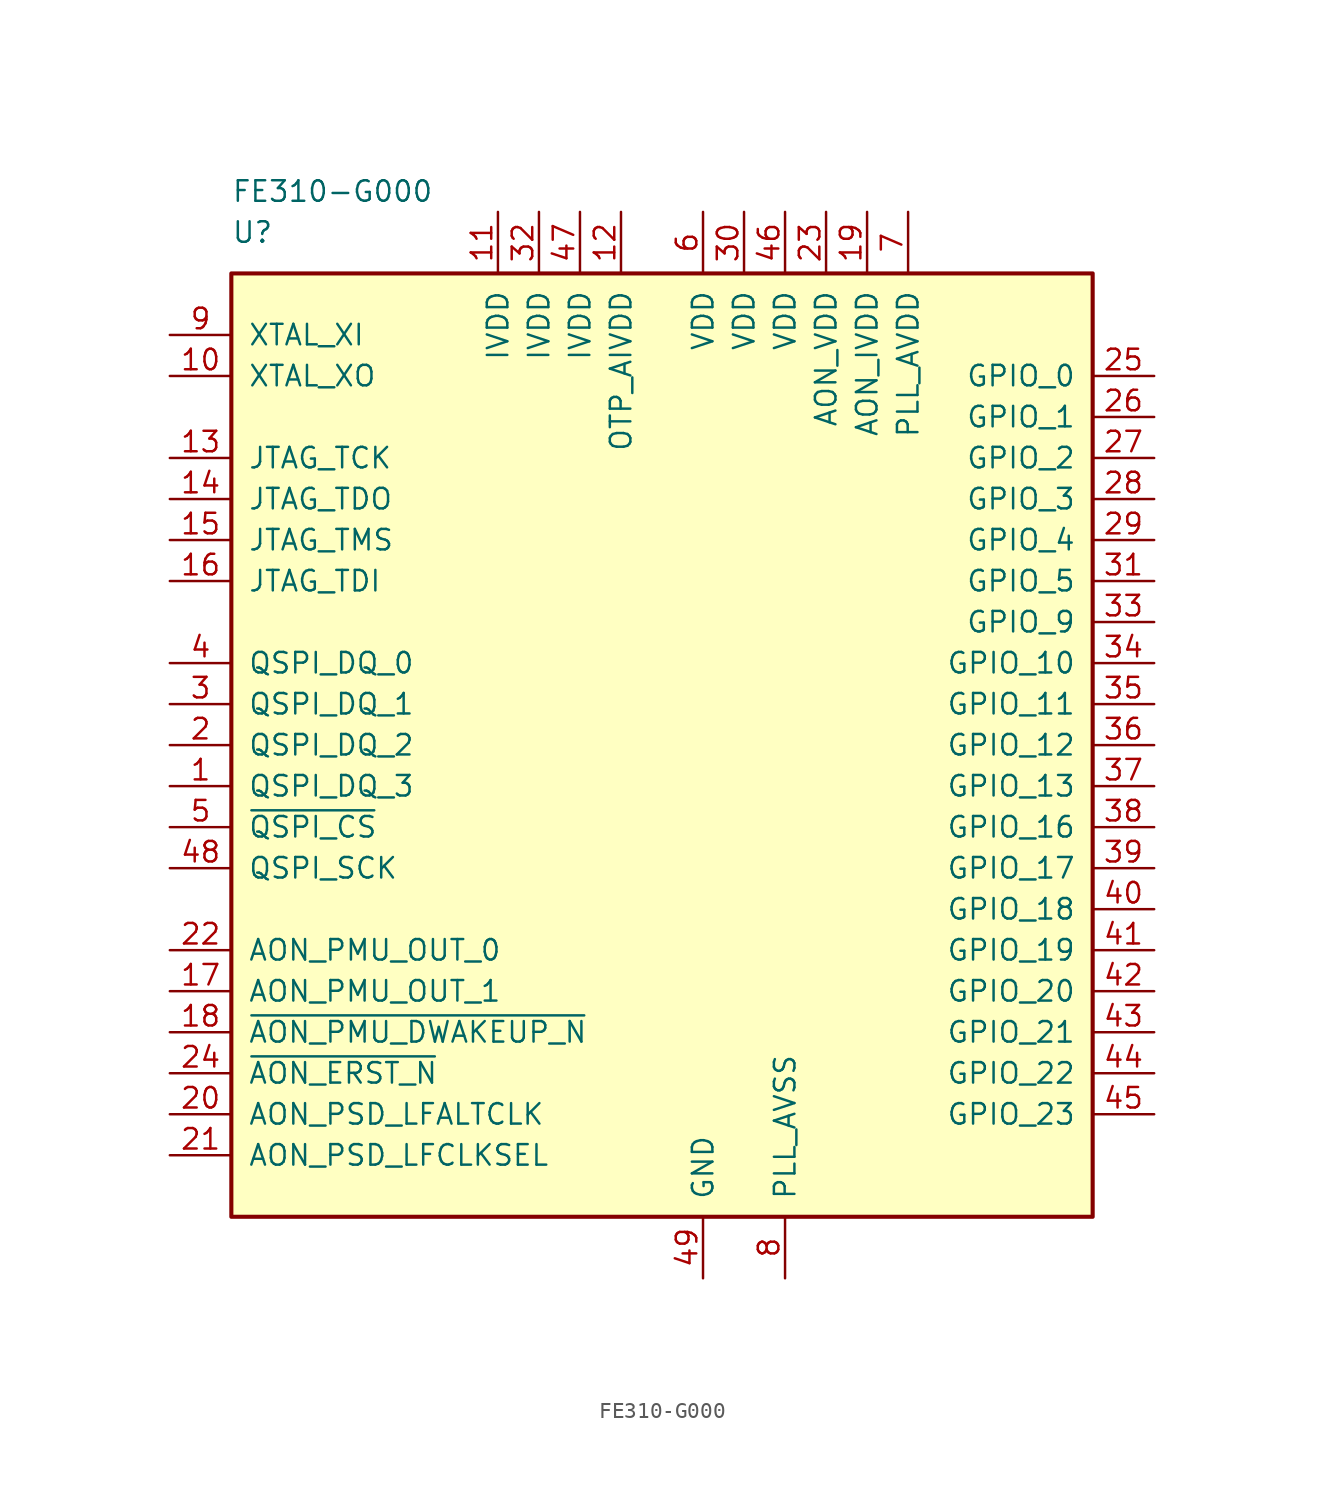
<source format=kicad_sym>
(kicad_symbol_lib
  (version 20201005)
  (generator kicad_symbol_editor)
  (symbol "FE310-G000"
    (pin_names
      (offset 1.016))
    (property "Reference" "U"
      (at -26.67 31.75 0)
      (effects (font (size 1.27 1.27)) (justify left)))
    (property "Value" "FE310-G000"
      (at -26.67 34.29 0)
      (effects (font (size 1.27 1.27)) (justify left)))
    (symbol "FE310-G000_0_1"
      (rectangle (start -26.67 29.21) (end 26.67 -29.21) (stroke (width 0.254)) (fill (type background))))
    (symbol "FE310-G000_1_1"
      (pin bidirectional line (at -30.48 -2.54 0) (length 3.81) (name "QSPI_DQ_3" (effects (font (size 1.27 1.27)))) (number "1" (effects (font (size 1.27 1.27)))))
      (pin output line (at -30.48 22.86 0) (length 3.81) (name "XTAL_XO" (effects (font (size 1.27 1.27)))) (number "10" (effects (font (size 1.27 1.27)))))
      (pin power_in line (at -10.16 33.02 270) (length 3.81) (name "IVDD" (effects (font (size 1.27 1.27)))) (number "11" (effects (font (size 1.27 1.27)))))
      (pin power_in line (at -2.54 33.02 270) (length 3.81) (name "OTP_AIVDD" (effects (font (size 1.27 1.27)))) (number "12" (effects (font (size 1.27 1.27)))))
      (pin input line (at -30.48 17.78 0) (length 3.81) (name "JTAG_TCK" (effects (font (size 1.27 1.27)))) (number "13" (effects (font (size 1.27 1.27)))))
      (pin output line (at -30.48 15.24 0) (length 3.81) (name "JTAG_TDO" (effects (font (size 1.27 1.27)))) (number "14" (effects (font (size 1.27 1.27)))))
      (pin input line (at -30.48 12.7 0) (length 3.81) (name "JTAG_TMS" (effects (font (size 1.27 1.27)))) (number "15" (effects (font (size 1.27 1.27)))))
      (pin input line (at -30.48 10.16 0) (length 3.81) (name "JTAG_TDI" (effects (font (size 1.27 1.27)))) (number "16" (effects (font (size 1.27 1.27)))))
      (pin output line (at -30.48 -15.24 0) (length 3.81) (name "AON_PMU_OUT_1" (effects (font (size 1.27 1.27)))) (number "17" (effects (font (size 1.27 1.27)))))
      (pin input line (at -30.48 -17.78 0) (length 3.81) (name "~AON_PMU_DWAKEUP_N" (effects (font (size 1.27 1.27)))) (number "18" (effects (font (size 1.27 1.27)))))
      (pin power_in line (at 12.7 33.02 270) (length 3.81) (name "AON_IVDD" (effects (font (size 1.27 1.27)))) (number "19" (effects (font (size 1.27 1.27)))))
      (pin bidirectional line (at -30.48 0 0) (length 3.81) (name "QSPI_DQ_2" (effects (font (size 1.27 1.27)))) (number "2" (effects (font (size 1.27 1.27)))))
      (pin input line (at -30.48 -22.86 0) (length 3.81) (name "AON_PSD_LFALTCLK" (effects (font (size 1.27 1.27)))) (number "20" (effects (font (size 1.27 1.27)))))
      (pin input line (at -30.48 -25.4 0) (length 3.81) (name "AON_PSD_LFCLKSEL" (effects (font (size 1.27 1.27)))) (number "21" (effects (font (size 1.27 1.27)))))
      (pin output line (at -30.48 -12.7 0) (length 3.81) (name "AON_PMU_OUT_0" (effects (font (size 1.27 1.27)))) (number "22" (effects (font (size 1.27 1.27)))))
      (pin power_in line (at 10.16 33.02 270) (length 3.81) (name "AON_VDD" (effects (font (size 1.27 1.27)))) (number "23" (effects (font (size 1.27 1.27)))))
      (pin input line (at -30.48 -20.32 0) (length 3.81) (name "~AON_ERST_N" (effects (font (size 1.27 1.27)))) (number "24" (effects (font (size 1.27 1.27)))))
      (pin bidirectional line (at 30.48 22.86 180) (length 3.81) (name "GPIO_0" (effects (font (size 1.27 1.27)))) (number "25" (effects (font (size 1.27 1.27)))))
      (pin bidirectional line (at 30.48 20.32 180) (length 3.81) (name "GPIO_1" (effects (font (size 1.27 1.27)))) (number "26" (effects (font (size 1.27 1.27)))))
      (pin bidirectional line (at 30.48 17.78 180) (length 3.81) (name "GPIO_2" (effects (font (size 1.27 1.27)))) (number "27" (effects (font (size 1.27 1.27)))))
      (pin bidirectional line (at 30.48 15.24 180) (length 3.81) (name "GPIO_3" (effects (font (size 1.27 1.27)))) (number "28" (effects (font (size 1.27 1.27)))))
      (pin bidirectional line (at 30.48 12.7 180) (length 3.81) (name "GPIO_4" (effects (font (size 1.27 1.27)))) (number "29" (effects (font (size 1.27 1.27)))))
      (pin bidirectional line (at -30.48 2.54 0) (length 3.81) (name "QSPI_DQ_1" (effects (font (size 1.27 1.27)))) (number "3" (effects (font (size 1.27 1.27)))))
      (pin power_in line (at 5.08 33.02 270) (length 3.81) (name "VDD" (effects (font (size 1.27 1.27)))) (number "30" (effects (font (size 1.27 1.27)))))
      (pin bidirectional line (at 30.48 10.16 180) (length 3.81) (name "GPIO_5" (effects (font (size 1.27 1.27)))) (number "31" (effects (font (size 1.27 1.27)))))
      (pin power_in line (at -7.62 33.02 270) (length 3.81) (name "IVDD" (effects (font (size 1.27 1.27)))) (number "32" (effects (font (size 1.27 1.27)))))
      (pin bidirectional line (at 30.48 7.62 180) (length 3.81) (name "GPIO_9" (effects (font (size 1.27 1.27)))) (number "33" (effects (font (size 1.27 1.27)))))
      (pin bidirectional line (at 30.48 5.08 180) (length 3.81) (name "GPIO_10" (effects (font (size 1.27 1.27)))) (number "34" (effects (font (size 1.27 1.27)))))
      (pin bidirectional line (at 30.48 2.54 180) (length 3.81) (name "GPIO_11" (effects (font (size 1.27 1.27)))) (number "35" (effects (font (size 1.27 1.27)))))
      (pin bidirectional line (at 30.48 0 180) (length 3.81) (name "GPIO_12" (effects (font (size 1.27 1.27)))) (number "36" (effects (font (size 1.27 1.27)))))
      (pin bidirectional line (at 30.48 -2.54 180) (length 3.81) (name "GPIO_13" (effects (font (size 1.27 1.27)))) (number "37" (effects (font (size 1.27 1.27)))))
      (pin bidirectional line (at 30.48 -5.08 180) (length 3.81) (name "GPIO_16" (effects (font (size 1.27 1.27)))) (number "38" (effects (font (size 1.27 1.27)))))
      (pin bidirectional line (at 30.48 -7.62 180) (length 3.81) (name "GPIO_17" (effects (font (size 1.27 1.27)))) (number "39" (effects (font (size 1.27 1.27)))))
      (pin bidirectional line (at -30.48 5.08 0) (length 3.81) (name "QSPI_DQ_0" (effects (font (size 1.27 1.27)))) (number "4" (effects (font (size 1.27 1.27)))))
      (pin bidirectional line (at 30.48 -10.16 180) (length 3.81) (name "GPIO_18" (effects (font (size 1.27 1.27)))) (number "40" (effects (font (size 1.27 1.27)))))
      (pin bidirectional line (at 30.48 -12.7 180) (length 3.81) (name "GPIO_19" (effects (font (size 1.27 1.27)))) (number "41" (effects (font (size 1.27 1.27)))))
      (pin bidirectional line (at 30.48 -15.24 180) (length 3.81) (name "GPIO_20" (effects (font (size 1.27 1.27)))) (number "42" (effects (font (size 1.27 1.27)))))
      (pin bidirectional line (at 30.48 -17.78 180) (length 3.81) (name "GPIO_21" (effects (font (size 1.27 1.27)))) (number "43" (effects (font (size 1.27 1.27)))))
      (pin bidirectional line (at 30.48 -20.32 180) (length 3.81) (name "GPIO_22" (effects (font (size 1.27 1.27)))) (number "44" (effects (font (size 1.27 1.27)))))
      (pin bidirectional line (at 30.48 -22.86 180) (length 3.81) (name "GPIO_23" (effects (font (size 1.27 1.27)))) (number "45" (effects (font (size 1.27 1.27)))))
      (pin power_in line (at 7.62 33.02 270) (length 3.81) (name "VDD" (effects (font (size 1.27 1.27)))) (number "46" (effects (font (size 1.27 1.27)))))
      (pin power_in line (at -5.08 33.02 270) (length 3.81) (name "IVDD" (effects (font (size 1.27 1.27)))) (number "47" (effects (font (size 1.27 1.27)))))
      (pin output line (at -30.48 -7.62 0) (length 3.81) (name "QSPI_SCK" (effects (font (size 1.27 1.27)))) (number "48" (effects (font (size 1.27 1.27)))))
      (pin power_in line (at 2.54 -33.02 90) (length 3.81) (name "GND" (effects (font (size 1.27 1.27)))) (number "49" (effects (font (size 1.27 1.27)))))
      (pin output line (at -30.48 -5.08 0) (length 3.81) (name "~QSPI_CS" (effects (font (size 1.27 1.27)))) (number "5" (effects (font (size 1.27 1.27)))))
      (pin power_in line (at 2.54 33.02 270) (length 3.81) (name "VDD" (effects (font (size 1.27 1.27)))) (number "6" (effects (font (size 1.27 1.27)))))
      (pin power_in line (at 15.24 33.02 270) (length 3.81) (name "PLL_AVDD" (effects (font (size 1.27 1.27)))) (number "7" (effects (font (size 1.27 1.27)))))
      (pin power_in line (at 7.62 -33.02 90) (length 3.81) (name "PLL_AVSS" (effects (font (size 1.27 1.27)))) (number "8" (effects (font (size 1.27 1.27)))))
      (pin input line (at -30.48 25.4 0) (length 3.81) (name "XTAL_XI" (effects (font (size 1.27 1.27)))) (number "9" (effects (font (size 1.27 1.27))))))))
</source>
